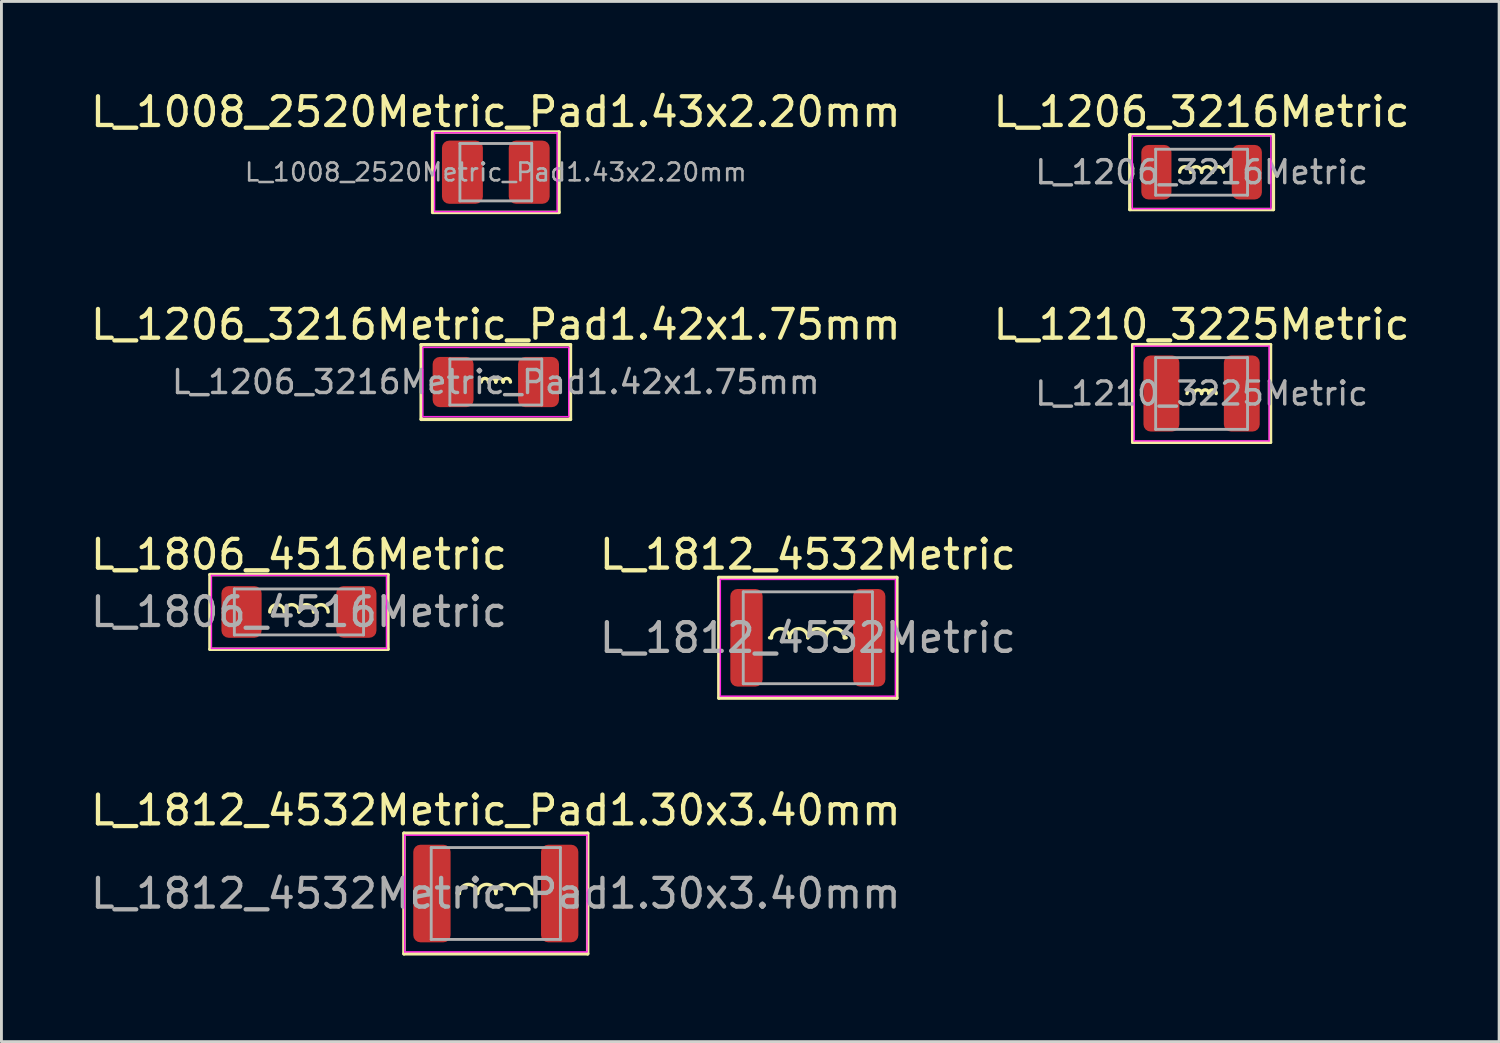
<source format=kicad_pcb>
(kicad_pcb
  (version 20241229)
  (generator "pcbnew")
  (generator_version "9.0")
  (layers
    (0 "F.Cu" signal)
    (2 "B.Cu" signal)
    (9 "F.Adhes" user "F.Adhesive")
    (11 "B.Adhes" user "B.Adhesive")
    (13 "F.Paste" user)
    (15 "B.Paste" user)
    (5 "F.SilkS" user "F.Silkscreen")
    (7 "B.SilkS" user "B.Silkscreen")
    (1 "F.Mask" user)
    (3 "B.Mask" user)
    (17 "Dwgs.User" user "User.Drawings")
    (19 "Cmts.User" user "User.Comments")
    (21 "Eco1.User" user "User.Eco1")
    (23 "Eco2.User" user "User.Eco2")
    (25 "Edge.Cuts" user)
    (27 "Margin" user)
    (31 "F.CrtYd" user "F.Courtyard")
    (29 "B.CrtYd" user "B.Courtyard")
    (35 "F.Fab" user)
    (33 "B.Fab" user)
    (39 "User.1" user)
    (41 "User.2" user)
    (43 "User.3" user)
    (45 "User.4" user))
  (footprint "L_1206_3216Metric"
    (layer "F.Cu")
    (at 38.804 2.948)
    (property "Reference" "L_1206_3216Metric" (at 0 -2.1 0) (layer "F.SilkS") (effects (font (size 1 1) (thickness 0.15))))
    (attr smd)
    (fp_line (start -2.5 -1.3) (end -2.5 1.3) (stroke (width 0.12) (type solid)) (layer "F.SilkS"))
    (fp_line (start -2.5 1.3) (end 2.5 1.3) (stroke (width 0.12) (type solid)) (layer "F.SilkS"))
    (fp_line (start 2.5 -1.3) (end -2.5 -1.3) (stroke (width 0.12) (type solid)) (layer "F.SilkS"))
    (fp_line (start 2.5 1.3) (end 2.5 -1.3) (stroke (width 0.12) (type solid)) (layer "F.SilkS"))
    (fp_arc (start -0.762 0) (mid -0.5715 -0.1905) (end -0.381 0) (stroke (width 0.12) (type solid)) (layer "F.SilkS"))
    (fp_arc (start -0.381 0) (mid -0.1905 -0.1905) (end 0 0) (stroke (width 0.12) (type solid)) (layer "F.SilkS"))
    (fp_arc (start 0 0) (mid 0.1905 -0.1905) (end 0.381 0) (stroke (width 0.12) (type solid)) (layer "F.SilkS"))
    (fp_arc (start 0.381 0) (mid 0.5715 -0.1905) (end 0.762 0) (stroke (width 0.12) (type solid)) (layer "F.SilkS"))
    (fp_line (start -2.413 -1.27) (end 2.413 -1.27) (stroke (width 0.05) (type solid)) (layer "F.CrtYd"))
    (fp_line (start -2.413 1.27) (end -2.413 -1.27) (stroke (width 0.05) (type solid)) (layer "F.CrtYd"))
    (fp_line (start 2.413 -1.27) (end 2.413 1.27) (stroke (width 0.05) (type solid)) (layer "F.CrtYd"))
    (fp_line (start 2.413 1.27) (end -2.413 1.27) (stroke (width 0.05) (type solid)) (layer "F.CrtYd"))
    (fp_line (start -1.6 -0.8) (end 1.6 -0.8) (stroke (width 0.1) (type solid)) (layer "F.Fab"))
    (fp_line (start -1.6 0.8) (end -1.6 -0.8) (stroke (width 0.1) (type solid)) (layer "F.Fab"))
    (fp_line (start 1.6 -0.8) (end 1.6 0.8) (stroke (width 0.1) (type solid)) (layer "F.Fab"))
    (fp_line (start 1.6 0.8) (end -1.6 0.8) (stroke (width 0.1) (type solid)) (layer "F.Fab"))
    (fp_text user "${REFERENCE}" (at 0 0 0) (layer "F.Fab") (effects (font (size 0.8 0.8) (thickness 0.12))))
    (pad "1" smd roundrect (at -1.575 0) (size 1.05 1.9) (layers "F.Cu" "F.Mask" "F.Paste") (roundrect_rratio 0.238))
    (pad "2" smd roundrect (at 1.575 0) (size 1.05 1.9) (layers "F.Cu" "F.Mask" "F.Paste") (roundrect_rratio 0.238)))
  (footprint "L_1812_4532Metric_Pad1.30x3.40mm"
    (layer "F.Cu")
    (at 14.22 28.073)
    (property "Reference" "L_1812_4532Metric_Pad1.30x3.40mm" (at 0 -2.9 0) (layer "F.SilkS") (effects (font (size 1 1) (thickness 0.15))))
    (attr smd)
    (fp_line (start -3.2 -2.1) (end -3.2 2.1) (stroke (width 0.12) (type solid)) (layer "F.SilkS"))
    (fp_line (start -3.2 2.1) (end 3.2 2.1) (stroke (width 0.12) (type solid)) (layer "F.SilkS"))
    (fp_line (start -1.333 0) (end -1.27 0) (stroke (width 0.12) (type solid)) (layer "F.SilkS"))
    (fp_line (start 1.333 0) (end 1.27 0) (stroke (width 0.12) (type solid)) (layer "F.SilkS"))
    (fp_line (start 3.2 -2.1) (end -3.2 -2.1) (stroke (width 0.12) (type solid)) (layer "F.SilkS"))
    (fp_line (start 3.2 2.1) (end 3.2 -2.1) (stroke (width 0.12) (type solid)) (layer "F.SilkS"))
    (fp_arc (start -1.27 0) (mid -0.9525 -0.3175) (end -0.635 0) (stroke (width 0.12) (type solid)) (layer "F.SilkS"))
    (fp_arc (start -0.635 0) (mid -0.3175 -0.3175) (end 0 0) (stroke (width 0.12) (type solid)) (layer "F.SilkS"))
    (fp_arc (start 0 0) (mid 0.3175 -0.3175) (end 0.635 0) (stroke (width 0.12) (type solid)) (layer "F.SilkS"))
    (fp_arc (start 0.635 0) (mid 0.9525 -0.3175) (end 1.27 0) (stroke (width 0.12) (type solid)) (layer "F.SilkS"))
    (fp_line (start -3.175 -2.032) (end 3.175 -2.032) (stroke (width 0.05) (type solid)) (layer "F.CrtYd"))
    (fp_line (start -3.175 2.032) (end -3.175 -2.032) (stroke (width 0.05) (type solid)) (layer "F.CrtYd"))
    (fp_line (start 3.175 -2.032) (end 3.175 2.032) (stroke (width 0.05) (type solid)) (layer "F.CrtYd"))
    (fp_line (start 3.175 2.032) (end -3.175 2.032) (stroke (width 0.05) (type solid)) (layer "F.CrtYd"))
    (fp_line (start -2.25 -1.6) (end 2.25 -1.6) (stroke (width 0.1) (type solid)) (layer "F.Fab"))
    (fp_line (start -2.25 1.6) (end -2.25 -1.6) (stroke (width 0.1) (type solid)) (layer "F.Fab"))
    (fp_line (start 2.25 -1.6) (end 2.25 1.6) (stroke (width 0.1) (type solid)) (layer "F.Fab"))
    (fp_line (start 2.25 1.6) (end -2.25 1.6) (stroke (width 0.1) (type solid)) (layer "F.Fab"))
    (fp_text user "${REFERENCE}" (at 0 0 0) (layer "F.Fab") (effects (font (size 1 1) (thickness 0.15))))
    (pad "1" smd roundrect (at -2.225 0) (size 1.3 3.4) (layers "F.Cu" "F.Mask" "F.Paste") (roundrect_rratio 0.192))
    (pad "2" smd roundrect (at 2.225 0) (size 1.3 3.4) (layers "F.Cu" "F.Mask" "F.Paste") (roundrect_rratio 0.192)))
  (footprint "L_1812_4532Metric"
    (layer "F.Cu")
    (at 25.089 19.165)
    (property "Reference" "L_1812_4532Metric" (at 0 -2.9 0) (layer "F.SilkS") (effects (font (size 1 1) (thickness 0.15))))
    (attr smd)
    (fp_line (start -3.1 -2.1) (end -3.1 2.1) (stroke (width 0.12) (type solid)) (layer "F.SilkS"))
    (fp_line (start -3.1 2.1) (end 3.1 2.1) (stroke (width 0.12) (type solid)) (layer "F.SilkS"))
    (fp_line (start -1.333 0) (end -1.27 0) (stroke (width 0.12) (type solid)) (layer "F.SilkS"))
    (fp_line (start 1.333 0) (end 1.27 0) (stroke (width 0.12) (type solid)) (layer "F.SilkS"))
    (fp_line (start 3.1 -2.1) (end -3.1 -2.1) (stroke (width 0.12) (type solid)) (layer "F.SilkS"))
    (fp_line (start 3.1 2.1) (end 3.1 -2.1) (stroke (width 0.12) (type solid)) (layer "F.SilkS"))
    (fp_arc (start -1.27 0) (mid -0.9525 -0.3175) (end -0.635 0) (stroke (width 0.12) (type solid)) (layer "F.SilkS"))
    (fp_arc (start -0.635 0) (mid -0.3175 -0.3175) (end 0 0) (stroke (width 0.12) (type solid)) (layer "F.SilkS"))
    (fp_arc (start 0 0) (mid 0.3175 -0.3175) (end 0.635 0) (stroke (width 0.12) (type solid)) (layer "F.SilkS"))
    (fp_arc (start 0.635 0) (mid 0.9525 -0.3175) (end 1.27 0) (stroke (width 0.12) (type solid)) (layer "F.SilkS"))
    (fp_line (start -3.048 -2.032) (end 3.048 -2.032) (stroke (width 0.05) (type solid)) (layer "F.CrtYd"))
    (fp_line (start -3.048 2.032) (end -3.048 -2.032) (stroke (width 0.05) (type solid)) (layer "F.CrtYd"))
    (fp_line (start 3.048 -2.032) (end 3.048 2.032) (stroke (width 0.05) (type solid)) (layer "F.CrtYd"))
    (fp_line (start 3.048 2.032) (end -3.048 2.032) (stroke (width 0.05) (type solid)) (layer "F.CrtYd"))
    (fp_line (start -2.25 -1.6) (end 2.25 -1.6) (stroke (width 0.1) (type solid)) (layer "F.Fab"))
    (fp_line (start -2.25 1.6) (end -2.25 -1.6) (stroke (width 0.1) (type solid)) (layer "F.Fab"))
    (fp_line (start 2.25 -1.6) (end 2.25 1.6) (stroke (width 0.1) (type solid)) (layer "F.Fab"))
    (fp_line (start 2.25 1.6) (end -2.25 1.6) (stroke (width 0.1) (type solid)) (layer "F.Fab"))
    (fp_text user "${REFERENCE}" (at 0 0 0) (layer "F.Fab") (effects (font (size 1 1) (thickness 0.15))))
    (pad "1" smd roundrect (at -2.138 0) (size 1.125 3.4) (layers "F.Cu" "F.Mask" "F.Paste") (roundrect_rratio 0.222))
    (pad "2" smd roundrect (at 2.138 0) (size 1.125 3.4) (layers "F.Cu" "F.Mask" "F.Paste") (roundrect_rratio 0.222)))
  (footprint "L_1206_3216Metric_Pad1.42x1.75mm"
    (layer "F.Cu")
    (at 14.22 10.257)
    (property "Reference" "L_1206_3216Metric_Pad1.42x1.75mm" (at 0 -2 0) (layer "F.SilkS") (effects (font (size 1 1) (thickness 0.15))))
    (attr smd)
    (fp_line (start -2.6 -1.3) (end -2.6 1.3) (stroke (width 0.12) (type solid)) (layer "F.SilkS"))
    (fp_line (start -2.6 1.3) (end 2.6 1.3) (stroke (width 0.12) (type solid)) (layer "F.SilkS"))
    (fp_line (start 2.6 -1.3) (end -2.6 -1.3) (stroke (width 0.12) (type solid)) (layer "F.SilkS"))
    (fp_line (start 2.6 1.3) (end 2.6 -1.3) (stroke (width 0.12) (type solid)) (layer "F.SilkS"))
    (fp_arc (start -0.508 0) (mid -0.381 -0.127) (end -0.254 0) (stroke (width 0.12) (type solid)) (layer "F.SilkS"))
    (fp_arc (start -0.254 0) (mid -0.127 -0.127) (end 0 0) (stroke (width 0.12) (type solid)) (layer "F.SilkS"))
    (fp_arc (start 0 0) (mid 0.127 -0.127) (end 0.254 0) (stroke (width 0.12) (type solid)) (layer "F.SilkS"))
    (fp_arc (start 0.254 0) (mid 0.381 -0.127) (end 0.508 0) (stroke (width 0.12) (type solid)) (layer "F.SilkS"))
    (fp_line (start -2.54 -1.206) (end 2.54 -1.206) (stroke (width 0.05) (type solid)) (layer "F.CrtYd"))
    (fp_line (start -2.54 1.206) (end -2.54 -1.206) (stroke (width 0.05) (type solid)) (layer "F.CrtYd"))
    (fp_line (start 2.54 -1.206) (end 2.54 1.206) (stroke (width 0.05) (type solid)) (layer "F.CrtYd"))
    (fp_line (start 2.54 1.206) (end -2.54 1.206) (stroke (width 0.05) (type solid)) (layer "F.CrtYd"))
    (fp_line (start -1.6 -0.8) (end 1.6 -0.8) (stroke (width 0.1) (type solid)) (layer "F.Fab"))
    (fp_line (start -1.6 0.8) (end -1.6 -0.8) (stroke (width 0.1) (type solid)) (layer "F.Fab"))
    (fp_line (start 1.6 -0.8) (end 1.6 0.8) (stroke (width 0.1) (type solid)) (layer "F.Fab"))
    (fp_line (start 1.6 0.8) (end -1.6 0.8) (stroke (width 0.1) (type solid)) (layer "F.Fab"))
    (fp_text user "${REFERENCE}" (at 0 0 0) (layer "F.Fab") (effects (font (size 0.8 0.8) (thickness 0.12))))
    (pad "1" smd roundrect (at -1.488 0) (size 1.425 1.75) (layers "F.Cu" "F.Mask" "F.Paste") (roundrect_rratio 0.175))
    (pad "2" smd roundrect (at 1.488 0) (size 1.425 1.75) (layers "F.Cu" "F.Mask" "F.Paste") (roundrect_rratio 0.175)))
  (footprint "L_1008_2520Metric_Pad1.43x2.20mm"
    (layer "F.Cu")
    (at 14.22 2.948)
    (property "Reference" "L_1008_2520Metric_Pad1.43x2.20mm" (at 0 -2.1 0) (layer "F.SilkS") (effects (font (size 1 1) (thickness 0.15))))
    (attr smd)
    (fp_line (start -2.2 -1.4) (end -2.2 1.4) (stroke (width 0.12) (type solid)) (layer "F.SilkS"))
    (fp_line (start -2.2 1.4) (end 2.2 1.4) (stroke (width 0.12) (type solid)) (layer "F.SilkS"))
    (fp_line (start 2.2 -1.4) (end -2.2 -1.4) (stroke (width 0.12) (type solid)) (layer "F.SilkS"))
    (fp_line (start 2.2 1.4) (end 2.2 -1.4) (stroke (width 0.12) (type solid)) (layer "F.SilkS"))
    (fp_line (start -2.134 -1.372) (end 2.134 -1.372) (stroke (width 0.05) (type solid)) (layer "F.CrtYd"))
    (fp_line (start -2.134 1.372) (end -2.134 -1.372) (stroke (width 0.05) (type solid)) (layer "F.CrtYd"))
    (fp_line (start 2.134 -1.372) (end 2.134 1.372) (stroke (width 0.05) (type solid)) (layer "F.CrtYd"))
    (fp_line (start 2.134 1.372) (end -2.134 1.372) (stroke (width 0.05) (type solid)) (layer "F.CrtYd"))
    (fp_line (start -1.25 -1) (end 1.25 -1) (stroke (width 0.1) (type solid)) (layer "F.Fab"))
    (fp_line (start -1.25 1) (end -1.25 -1) (stroke (width 0.1) (type solid)) (layer "F.Fab"))
    (fp_line (start 1.25 -1) (end 1.25 1) (stroke (width 0.1) (type solid)) (layer "F.Fab"))
    (fp_line (start 1.25 1) (end -1.25 1) (stroke (width 0.1) (type solid)) (layer "F.Fab"))
    (fp_text user "${REFERENCE}" (at 0 0 0) (layer "F.Fab") (effects (font (size 0.62 0.62) (thickness 0.09))))
    (pad "1" smd roundrect (at -1.163 0) (size 1.425 2.2) (layers "F.Cu" "F.Mask" "F.Paste") (roundrect_rratio 0.175))
    (pad "2" smd roundrect (at 1.163 0) (size 1.425 2.2) (layers "F.Cu" "F.Mask" "F.Paste") (roundrect_rratio 0.175)))
  (footprint "L_1210_3225Metric"
    (layer "F.Cu")
    (at 38.804 10.656)
    (property "Reference" "L_1210_3225Metric" (at 0 -2.4 0) (layer "F.SilkS") (effects (font (size 1 1) (thickness 0.15))))
    (attr smd)
    (fp_line (start -2.4 -1.7) (end -2.4 1.7) (stroke (width 0.12) (type solid)) (layer "F.SilkS"))
    (fp_line (start -2.4 1.7) (end 2.4 1.7) (stroke (width 0.12) (type solid)) (layer "F.SilkS"))
    (fp_line (start 2.4 -1.7) (end -2.4 -1.7) (stroke (width 0.12) (type solid)) (layer "F.SilkS"))
    (fp_line (start 2.4 1.7) (end 2.4 -1.7) (stroke (width 0.12) (type solid)) (layer "F.SilkS"))
    (fp_arc (start -0.508 0) (mid -0.381 -0.127) (end -0.254 0) (stroke (width 0.12) (type solid)) (layer "F.SilkS"))
    (fp_arc (start -0.254 0) (mid -0.127 -0.127) (end 0 0) (stroke (width 0.12) (type solid)) (layer "F.SilkS"))
    (fp_arc (start 0 0) (mid 0.127 -0.127) (end 0.254 0) (stroke (width 0.12) (type solid)) (layer "F.SilkS"))
    (fp_arc (start 0.254 0) (mid 0.381 -0.127) (end 0.508 0) (stroke (width 0.12) (type solid)) (layer "F.SilkS"))
    (fp_line (start -2.349 -1.651) (end 2.349 -1.651) (stroke (width 0.05) (type solid)) (layer "F.CrtYd"))
    (fp_line (start -2.349 1.651) (end -2.349 -1.651) (stroke (width 0.05) (type solid)) (layer "F.CrtYd"))
    (fp_line (start 2.349 -1.651) (end 2.349 1.651) (stroke (width 0.05) (type solid)) (layer "F.CrtYd"))
    (fp_line (start 2.349 1.651) (end -2.349 1.651) (stroke (width 0.05) (type solid)) (layer "F.CrtYd"))
    (fp_line (start -1.6 -1.25) (end 1.6 -1.25) (stroke (width 0.1) (type solid)) (layer "F.Fab"))
    (fp_line (start -1.6 1.25) (end -1.6 -1.25) (stroke (width 0.1) (type solid)) (layer "F.Fab"))
    (fp_line (start 1.6 -1.25) (end 1.6 1.25) (stroke (width 0.1) (type solid)) (layer "F.Fab"))
    (fp_line (start 1.6 1.25) (end -1.6 1.25) (stroke (width 0.1) (type solid)) (layer "F.Fab"))
    (fp_text user "${REFERENCE}" (at 0 0 0) (layer "F.Fab") (effects (font (size 0.8 0.8) (thickness 0.12))))
    (pad "1" smd roundrect (at -1.4 0) (size 1.25 2.65) (layers "F.Cu" "F.Mask" "F.Paste") (roundrect_rratio 0.2))
    (pad "2" smd roundrect (at 1.4 0) (size 1.25 2.65) (layers "F.Cu" "F.Mask" "F.Paste") (roundrect_rratio 0.2)))
  (footprint "L_1806_4516Metric"
    (layer "F.Cu")
    (at 7.363 18.265)
    (property "Reference" "L_1806_4516Metric" (at 0 -2 0) (layer "F.SilkS") (effects (font (size 1 1) (thickness 0.15))))
    (attr smd)
    (fp_line (start -3.1 -1.3) (end -3.1 1.3) (stroke (width 0.12) (type solid)) (layer "F.SilkS"))
    (fp_line (start -3.1 1.3) (end 3.1 1.3) (stroke (width 0.12) (type solid)) (layer "F.SilkS"))
    (fp_line (start 3.1 -1.3) (end -3.1 -1.3) (stroke (width 0.12) (type solid)) (layer "F.SilkS"))
    (fp_line (start 3.1 1.3) (end 3.1 -1.3) (stroke (width 0.12) (type solid)) (layer "F.SilkS"))
    (fp_arc (start -1.016 0) (mid -0.762 -0.254) (end -0.508 0) (stroke (width 0.12) (type solid)) (layer "F.SilkS"))
    (fp_arc (start -0.508 0) (mid -0.254 -0.254) (end 0 0) (stroke (width 0.12) (type solid)) (layer "F.SilkS"))
    (fp_arc (start 0 0) (mid 0.254 -0.254) (end 0.508 0) (stroke (width 0.12) (type solid)) (layer "F.SilkS"))
    (fp_arc (start 0.508 0) (mid 0.762 -0.254) (end 1.016 0) (stroke (width 0.12) (type solid)) (layer "F.SilkS"))
    (fp_line (start -3.048 -1.27) (end 3.048 -1.27) (stroke (width 0.05) (type solid)) (layer "F.CrtYd"))
    (fp_line (start -3.048 1.27) (end -3.048 -1.27) (stroke (width 0.05) (type solid)) (layer "F.CrtYd"))
    (fp_line (start 3.048 -1.27) (end 3.048 1.27) (stroke (width 0.05) (type solid)) (layer "F.CrtYd"))
    (fp_line (start 3.048 1.27) (end -3.048 1.27) (stroke (width 0.05) (type solid)) (layer "F.CrtYd"))
    (fp_line (start -2.25 -0.8) (end 2.25 -0.8) (stroke (width 0.1) (type solid)) (layer "F.Fab"))
    (fp_line (start -2.25 0.8) (end -2.25 -0.8) (stroke (width 0.1) (type solid)) (layer "F.Fab"))
    (fp_line (start 2.25 -0.8) (end 2.25 0.8) (stroke (width 0.1) (type solid)) (layer "F.Fab"))
    (fp_line (start 2.25 0.8) (end -2.25 0.8) (stroke (width 0.1) (type solid)) (layer "F.Fab"))
    (fp_text user "${REFERENCE}" (at 0 0 0) (layer "F.Fab") (effects (font (size 1 1) (thickness 0.15))))
    (pad "1" smd roundrect (at -2 0) (size 1.4 1.8) (layers "F.Cu" "F.Mask" "F.Paste") (roundrect_rratio 0.179))
    (pad "2" smd roundrect (at 2 0) (size 1.4 1.8) (layers "F.Cu" "F.Mask" "F.Paste") (roundrect_rratio 0.179)))
  (gr_rect
    (start -3 -3)
    (end 49.167 33.233)
    (stroke (width 0.1) (type default))
    (fill no)
    (layer "Edge.Cuts")))
</source>
